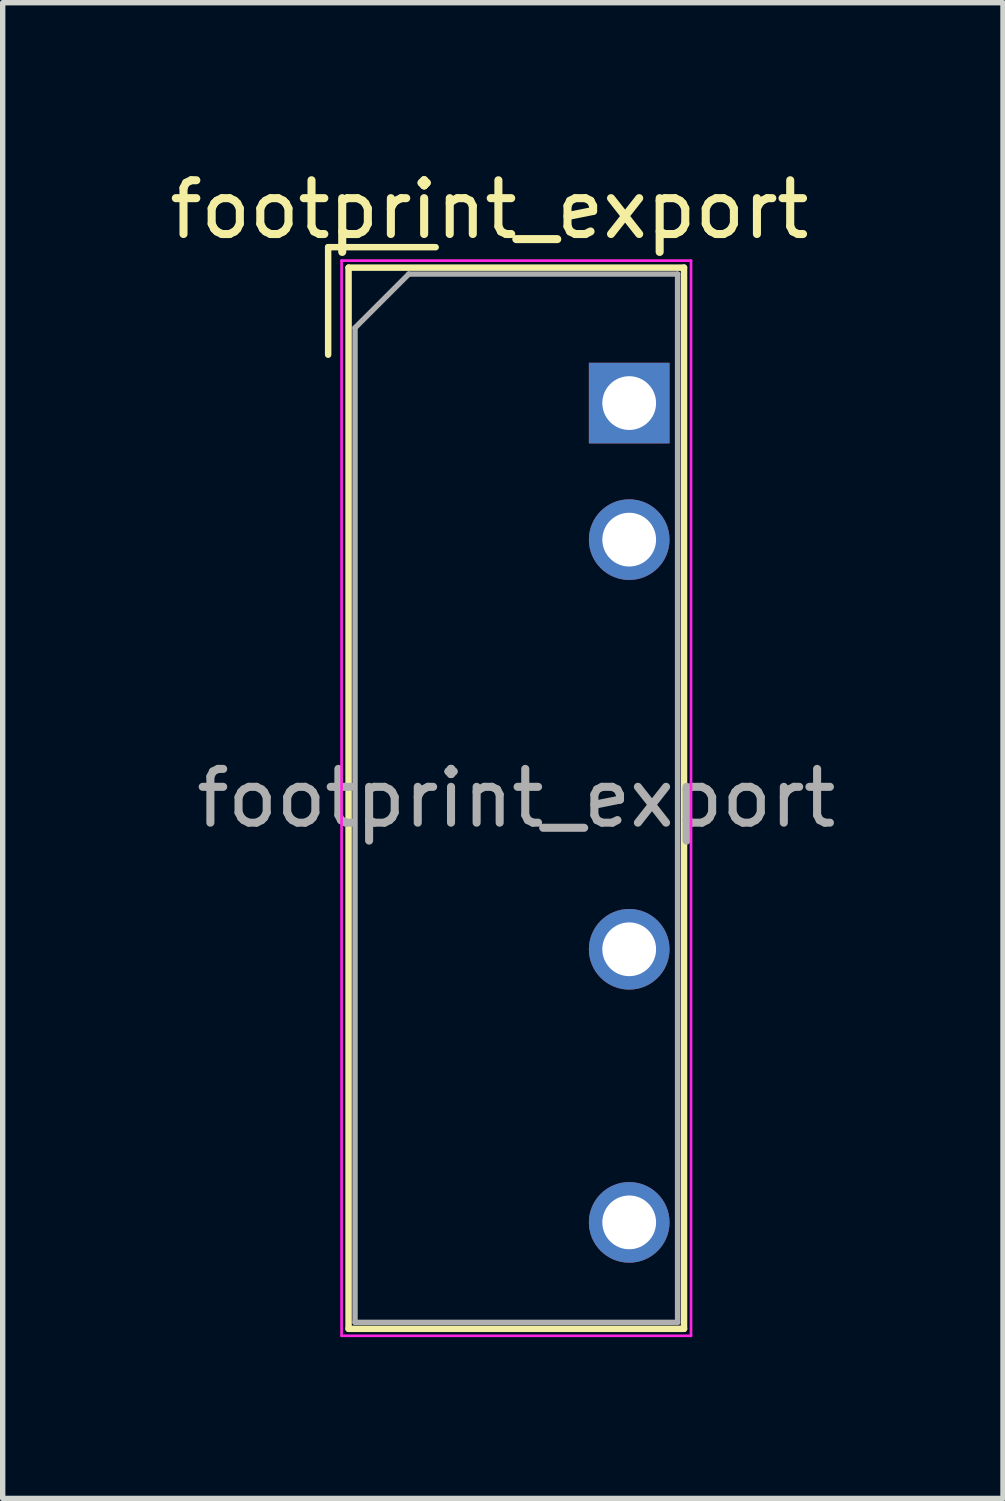
<source format=kicad_pcb>
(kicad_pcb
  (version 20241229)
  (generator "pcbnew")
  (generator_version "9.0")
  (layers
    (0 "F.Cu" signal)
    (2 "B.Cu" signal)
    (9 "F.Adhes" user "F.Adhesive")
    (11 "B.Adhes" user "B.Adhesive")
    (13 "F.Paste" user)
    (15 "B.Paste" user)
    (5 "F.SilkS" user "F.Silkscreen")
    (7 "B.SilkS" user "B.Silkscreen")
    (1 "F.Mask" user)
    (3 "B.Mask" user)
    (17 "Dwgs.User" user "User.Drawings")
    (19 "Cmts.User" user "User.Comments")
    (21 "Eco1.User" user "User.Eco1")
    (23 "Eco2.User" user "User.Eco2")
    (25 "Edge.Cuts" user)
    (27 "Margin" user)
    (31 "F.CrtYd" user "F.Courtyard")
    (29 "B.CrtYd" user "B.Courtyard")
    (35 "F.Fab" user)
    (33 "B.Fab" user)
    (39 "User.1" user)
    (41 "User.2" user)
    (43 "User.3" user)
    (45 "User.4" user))
  (footprint "footprint_export"
    (layer "F.Cu")
    (at 8.654 4.448)
    (property "Reference" "footprint_export" (at -2.6 -3.6 0) (layer "F.SilkS") (effects (font (size 1 1) (thickness 0.15))))
    (attr through_hole)
    (fp_line (start -5.6 -2.9) (end -3.6 -2.9) (stroke (width 0.12) (type solid)) (layer "F.SilkS"))
    (fp_line (start -5.6 -0.9) (end -5.6 -2.9) (stroke (width 0.12) (type solid)) (layer "F.SilkS"))
    (fp_line (start -5.22 -2.52) (end -5.22 17.22) (stroke (width 0.12) (type solid)) (layer "F.SilkS"))
    (fp_line (start -5.22 -2.52) (end 1.02 -2.52) (stroke (width 0.12) (type solid)) (layer "F.SilkS"))
    (fp_line (start -5.22 17.22) (end 1.02 17.22) (stroke (width 0.12) (type solid)) (layer "F.SilkS"))
    (fp_line (start 1.02 -2.52) (end 1.02 17.22) (stroke (width 0.12) (type solid)) (layer "F.SilkS"))
    (fp_line (start -5.35 -2.65) (end -5.35 17.35) (stroke (width 0.05) (type solid)) (layer "F.CrtYd"))
    (fp_line (start -5.35 -2.65) (end 1.15 -2.65) (stroke (width 0.05) (type solid)) (layer "F.CrtYd"))
    (fp_line (start -5.35 17.35) (end 1.15 17.35) (stroke (width 0.05) (type solid)) (layer "F.CrtYd"))
    (fp_line (start 1.15 -2.65) (end 1.15 17.35) (stroke (width 0.05) (type solid)) (layer "F.CrtYd"))
    (fp_line (start -5.1 -1.4) (end -4.1 -2.4) (stroke (width 0.1) (type solid)) (layer "F.Fab"))
    (fp_line (start -5.1 17.1) (end -5.1 -1.4) (stroke (width 0.1) (type solid)) (layer "F.Fab"))
    (fp_line (start -4.1 -2.4) (end 0.9 -2.4) (stroke (width 0.1) (type solid)) (layer "F.Fab"))
    (fp_line (start 0.9 -2.4) (end 0.9 17.1) (stroke (width 0.1) (type solid)) (layer "F.Fab"))
    (fp_line (start 0.9 17.1) (end -5.1 17.1) (stroke (width 0.1) (type solid)) (layer "F.Fab"))
    (fp_text user "${REFERENCE}" (at -2.1 7.35 0) (layer "F.Fab") (effects (font (size 1 1) (thickness 0.15))))
    (pad "1" thru_hole rect (at 0 0) (size 1.5 1.5) (drill 1) (layers "*.Cu" "*.Mask"))
    (pad "2" thru_hole circle (at 0 2.54) (size 1.5 1.5) (drill 1) (layers "*.Cu" "*.Mask"))
    (pad "5" thru_hole circle (at 0 10.16) (size 1.5 1.5) (drill 1) (layers "*.Cu" "*.Mask"))
    (pad "7" thru_hole circle (at 0 15.24) (size 1.5 1.5) (drill 1) (layers "*.Cu" "*.Mask")))
  (gr_rect
    (start -3 -3)
    (end 15.607 24.823)
    (stroke (width 0.1) (type default))
    (fill no)
    (layer "Edge.Cuts")))
</source>
